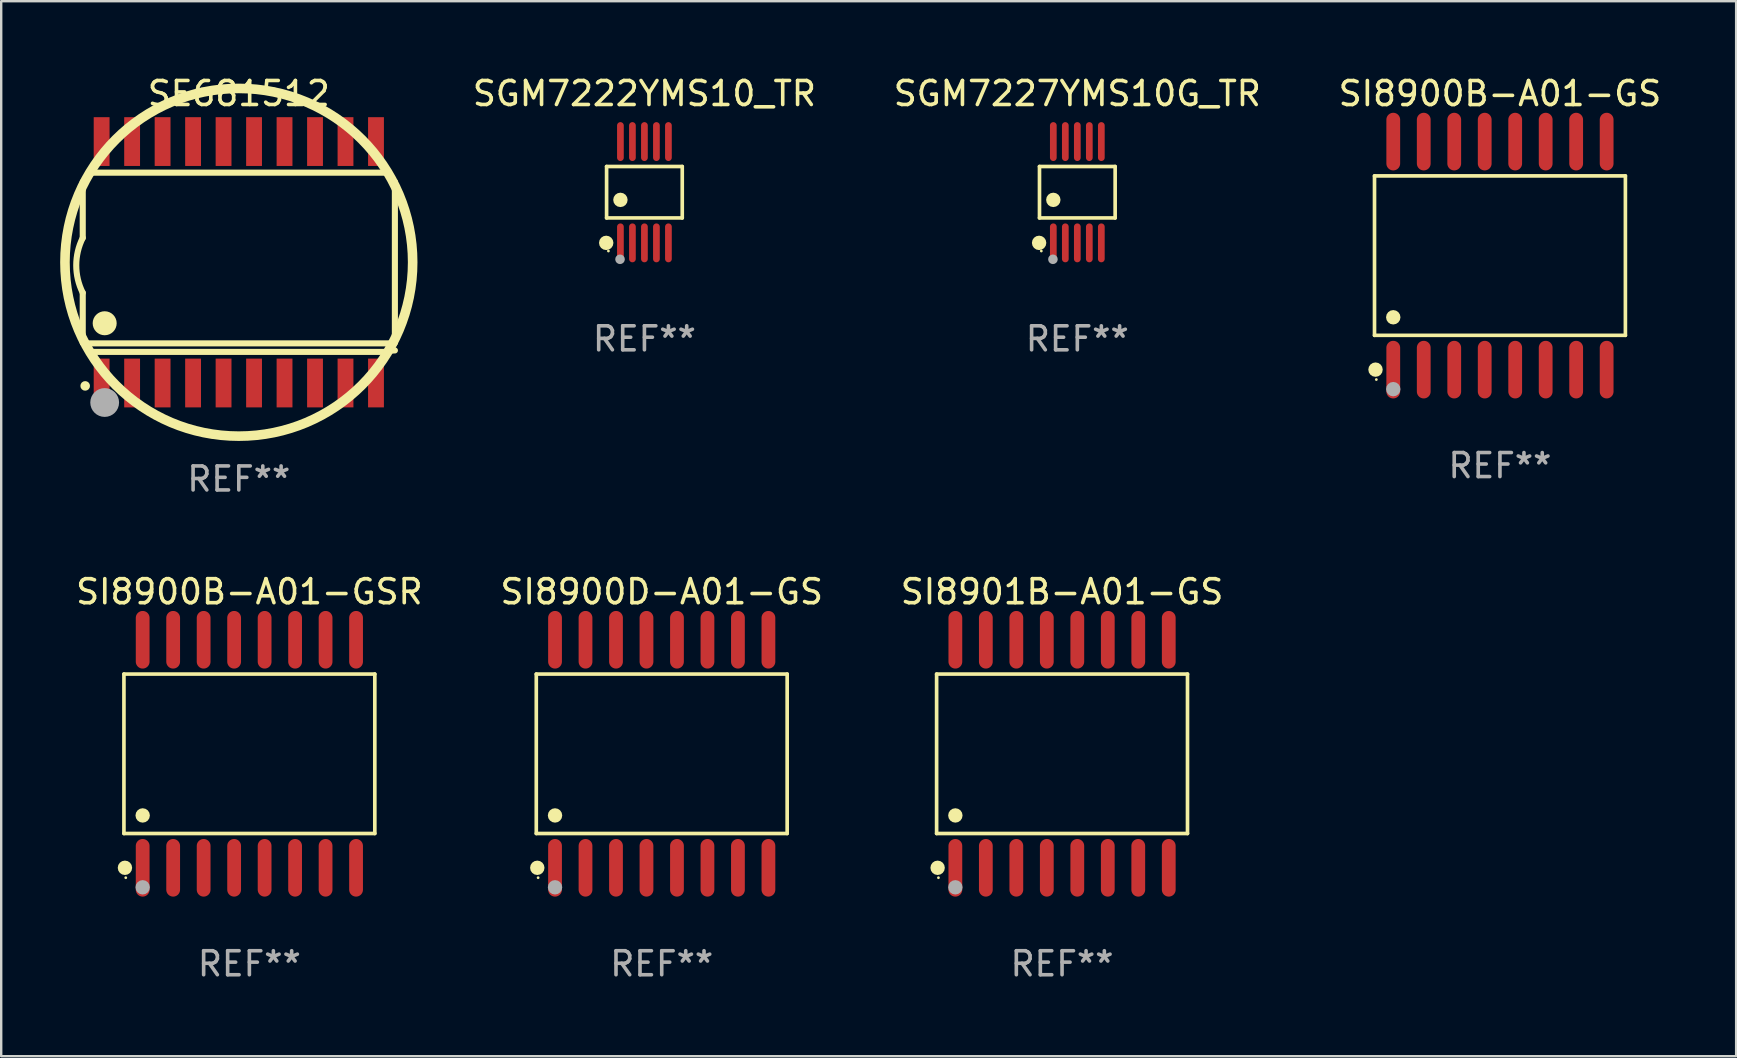
<source format=kicad_pcb>
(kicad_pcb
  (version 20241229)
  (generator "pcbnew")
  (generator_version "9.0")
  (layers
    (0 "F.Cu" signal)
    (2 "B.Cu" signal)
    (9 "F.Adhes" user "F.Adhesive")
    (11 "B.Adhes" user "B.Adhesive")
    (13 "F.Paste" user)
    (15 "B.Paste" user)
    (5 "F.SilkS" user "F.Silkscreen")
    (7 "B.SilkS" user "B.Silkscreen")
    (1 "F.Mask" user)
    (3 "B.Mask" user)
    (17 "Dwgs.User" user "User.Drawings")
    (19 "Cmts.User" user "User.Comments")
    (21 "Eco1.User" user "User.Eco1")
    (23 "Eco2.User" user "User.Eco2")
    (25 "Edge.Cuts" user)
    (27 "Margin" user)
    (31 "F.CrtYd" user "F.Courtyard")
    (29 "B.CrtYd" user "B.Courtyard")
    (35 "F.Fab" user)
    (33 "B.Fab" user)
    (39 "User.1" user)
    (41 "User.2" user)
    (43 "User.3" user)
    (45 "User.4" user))
  (footprint "SGM7227YMS10G_TR"
    (layer "F.Cu")
    (at 41.832 4.958)
    (property "Reference" "SGM7227YMS10G_TR" (at 0 -4.11 0) (layer "F.SilkS") (effects (font (size 1 1) (thickness 0.15))))
    (attr through_hole)
    (fp_line (start -1.576 -1.071) (end 1.576 -1.071) (stroke (width 0.152) (type solid)) (layer "F.SilkS"))
    (fp_line (start -1.576 1.071) (end -1.576 -1.071) (stroke (width 0.152) (type solid)) (layer "F.SilkS"))
    (fp_line (start 1.576 -1.071) (end 1.576 1.071) (stroke (width 0.152) (type solid)) (layer "F.SilkS"))
    (fp_line (start 1.576 1.071) (end -1.576 1.071) (stroke (width 0.152) (type solid)) (layer "F.SilkS"))
    (fp_circle (center -1.592 2.11) (end -1.442 2.11) (stroke (width 0.3) (type solid)) (fill no) (layer "F.SilkS"))
    (fp_circle (center -1.5 2.45) (end -1.47 2.45) (stroke (width 0.06) (type solid)) (fill no) (layer "F.SilkS"))
    (fp_circle (center -1 0.319) (end -0.85 0.319) (stroke (width 0.3) (type solid)) (fill no) (layer "F.SilkS"))
    (fp_circle (center -1.016 2.794) (end -0.916 2.794) (stroke (width 0.2) (type solid)) (fill no) (layer "F.Fab"))
    (fp_text user "REF**" (at 0 6.11 0) (layer "F.Fab") (effects (font (size 1 1) (thickness 0.15))))
    (pad "1" smd oval (at -1 2.11) (size 0.28 1.62) (layers "F.Cu" "F.Mask" "F.Paste"))
    (pad "2" smd oval (at -0.5 2.11) (size 0.28 1.62) (layers "F.Cu" "F.Mask" "F.Paste"))
    (pad "3" smd oval (at 0 2.11) (size 0.28 1.62) (layers "F.Cu" "F.Mask" "F.Paste"))
    (pad "4" smd oval (at 0.5 2.11) (size 0.28 1.62) (layers "F.Cu" "F.Mask" "F.Paste"))
    (pad "5" smd oval (at 1 2.11) (size 0.28 1.62) (layers "F.Cu" "F.Mask" "F.Paste"))
    (pad "6" smd oval (at 1 -2.11) (size 0.28 1.62) (layers "F.Cu" "F.Mask" "F.Paste"))
    (pad "7" smd oval (at 0.5 -2.11) (size 0.28 1.62) (layers "F.Cu" "F.Mask" "F.Paste"))
    (pad "8" smd oval (at 0 -2.11) (size 0.28 1.62) (layers "F.Cu" "F.Mask" "F.Paste"))
    (pad "9" smd oval (at -0.5 -2.11) (size 0.28 1.62) (layers "F.Cu" "F.Mask" "F.Paste"))
    (pad "10" smd oval (at -1 -2.11) (size 0.28 1.62) (layers "F.Cu" "F.Mask" "F.Paste")))
  (footprint "SI8900B-A01-GS"
    (layer "F.Cu")
    (at 59.439 7.599)
    (property "Reference" "SI8900B-A01-GS" (at 0 -6.75 0) (layer "F.SilkS") (effects (font (size 1 1) (thickness 0.15))))
    (attr through_hole)
    (fp_line (start -5.226 -3.321) (end 5.226 -3.321) (stroke (width 0.152) (type solid)) (layer "F.SilkS"))
    (fp_line (start -5.226 3.321) (end -5.226 -3.321) (stroke (width 0.152) (type solid)) (layer "F.SilkS"))
    (fp_line (start 5.226 -3.321) (end 5.226 3.321) (stroke (width 0.152) (type solid)) (layer "F.SilkS"))
    (fp_line (start 5.226 3.321) (end -5.226 3.321) (stroke (width 0.152) (type solid)) (layer "F.SilkS"))
    (fp_circle (center -5.184 4.75) (end -5.034 4.75) (stroke (width 0.3) (type solid)) (fill no) (layer "F.SilkS"))
    (fp_circle (center -5.15 5.163) (end -5.12 5.163) (stroke (width 0.06) (type solid)) (fill no) (layer "F.SilkS"))
    (fp_circle (center -4.445 2.569) (end -4.295 2.569) (stroke (width 0.3) (type solid)) (fill no) (layer "F.SilkS"))
    (fp_circle (center -4.445 5.563) (end -4.295 5.563) (stroke (width 0.3) (type solid)) (fill no) (layer "F.Fab"))
    (fp_text user "REF**" (at 0 8.75 0) (layer "F.Fab") (effects (font (size 1 1) (thickness 0.15))))
    (pad "1" smd oval (at -4.445 4.75) (size 0.574 2.401) (layers "F.Cu" "F.Mask" "F.Paste"))
    (pad "2" smd oval (at -3.175 4.75) (size 0.574 2.401) (layers "F.Cu" "F.Mask" "F.Paste"))
    (pad "3" smd oval (at -1.905 4.75) (size 0.574 2.401) (layers "F.Cu" "F.Mask" "F.Paste"))
    (pad "4" smd oval (at -0.635 4.75) (size 0.574 2.401) (layers "F.Cu" "F.Mask" "F.Paste"))
    (pad "5" smd oval (at 0.635 4.75) (size 0.574 2.401) (layers "F.Cu" "F.Mask" "F.Paste"))
    (pad "6" smd oval (at 1.905 4.75) (size 0.574 2.401) (layers "F.Cu" "F.Mask" "F.Paste"))
    (pad "7" smd oval (at 3.175 4.75) (size 0.574 2.401) (layers "F.Cu" "F.Mask" "F.Paste"))
    (pad "8" smd oval (at 4.445 4.75) (size 0.574 2.401) (layers "F.Cu" "F.Mask" "F.Paste"))
    (pad "9" smd oval (at 4.445 -4.75) (size 0.574 2.401) (layers "F.Cu" "F.Mask" "F.Paste"))
    (pad "10" smd oval (at 3.175 -4.75) (size 0.574 2.401) (layers "F.Cu" "F.Mask" "F.Paste"))
    (pad "11" smd oval (at 1.905 -4.75) (size 0.574 2.401) (layers "F.Cu" "F.Mask" "F.Paste"))
    (pad "12" smd oval (at 0.635 -4.75) (size 0.574 2.401) (layers "F.Cu" "F.Mask" "F.Paste"))
    (pad "13" smd oval (at -0.635 -4.75) (size 0.574 2.401) (layers "F.Cu" "F.Mask" "F.Paste"))
    (pad "14" smd oval (at -1.905 -4.75) (size 0.574 2.401) (layers "F.Cu" "F.Mask" "F.Paste"))
    (pad "15" smd oval (at -3.175 -4.75) (size 0.574 2.401) (layers "F.Cu" "F.Mask" "F.Paste"))
    (pad "16" smd oval (at -4.445 -4.75) (size 0.574 2.401) (layers "F.Cu" "F.Mask" "F.Paste")))
  (footprint "SI8900B-A01-GSR"
    (layer "F.Cu")
    (at 7.339 28.353)
    (property "Reference" "SI8900B-A01-GSR" (at 0 -6.75 0) (layer "F.SilkS") (effects (font (size 1 1) (thickness 0.15))))
    (attr through_hole)
    (fp_line (start -5.226 -3.321) (end 5.226 -3.321) (stroke (width 0.152) (type solid)) (layer "F.SilkS"))
    (fp_line (start -5.226 3.321) (end -5.226 -3.321) (stroke (width 0.152) (type solid)) (layer "F.SilkS"))
    (fp_line (start 5.226 -3.321) (end 5.226 3.321) (stroke (width 0.152) (type solid)) (layer "F.SilkS"))
    (fp_line (start 5.226 3.321) (end -5.226 3.321) (stroke (width 0.152) (type solid)) (layer "F.SilkS"))
    (fp_circle (center -5.184 4.75) (end -5.034 4.75) (stroke (width 0.3) (type solid)) (fill no) (layer "F.SilkS"))
    (fp_circle (center -5.15 5.163) (end -5.12 5.163) (stroke (width 0.06) (type solid)) (fill no) (layer "F.SilkS"))
    (fp_circle (center -4.445 2.569) (end -4.295 2.569) (stroke (width 0.3) (type solid)) (fill no) (layer "F.SilkS"))
    (fp_circle (center -4.445 5.563) (end -4.295 5.563) (stroke (width 0.3) (type solid)) (fill no) (layer "F.Fab"))
    (fp_text user "REF**" (at 0 8.75 0) (layer "F.Fab") (effects (font (size 1 1) (thickness 0.15))))
    (pad "1" smd oval (at -4.445 4.75) (size 0.574 2.401) (layers "F.Cu" "F.Mask" "F.Paste"))
    (pad "2" smd oval (at -3.175 4.75) (size 0.574 2.401) (layers "F.Cu" "F.Mask" "F.Paste"))
    (pad "3" smd oval (at -1.905 4.75) (size 0.574 2.401) (layers "F.Cu" "F.Mask" "F.Paste"))
    (pad "4" smd oval (at -0.635 4.75) (size 0.574 2.401) (layers "F.Cu" "F.Mask" "F.Paste"))
    (pad "5" smd oval (at 0.635 4.75) (size 0.574 2.401) (layers "F.Cu" "F.Mask" "F.Paste"))
    (pad "6" smd oval (at 1.905 4.75) (size 0.574 2.401) (layers "F.Cu" "F.Mask" "F.Paste"))
    (pad "7" smd oval (at 3.175 4.75) (size 0.574 2.401) (layers "F.Cu" "F.Mask" "F.Paste"))
    (pad "8" smd oval (at 4.445 4.75) (size 0.574 2.401) (layers "F.Cu" "F.Mask" "F.Paste"))
    (pad "9" smd oval (at 4.445 -4.75) (size 0.574 2.401) (layers "F.Cu" "F.Mask" "F.Paste"))
    (pad "10" smd oval (at 3.175 -4.75) (size 0.574 2.401) (layers "F.Cu" "F.Mask" "F.Paste"))
    (pad "11" smd oval (at 1.905 -4.75) (size 0.574 2.401) (layers "F.Cu" "F.Mask" "F.Paste"))
    (pad "12" smd oval (at 0.635 -4.75) (size 0.574 2.401) (layers "F.Cu" "F.Mask" "F.Paste"))
    (pad "13" smd oval (at -0.635 -4.75) (size 0.574 2.401) (layers "F.Cu" "F.Mask" "F.Paste"))
    (pad "14" smd oval (at -1.905 -4.75) (size 0.574 2.401) (layers "F.Cu" "F.Mask" "F.Paste"))
    (pad "15" smd oval (at -3.175 -4.75) (size 0.574 2.401) (layers "F.Cu" "F.Mask" "F.Paste"))
    (pad "16" smd oval (at -4.445 -4.75) (size 0.574 2.401) (layers "F.Cu" "F.Mask" "F.Paste")))
  (footprint "SGM7222YMS10_TR"
    (layer "F.Cu")
    (at 23.797 4.958)
    (property "Reference" "SGM7222YMS10_TR" (at 0 -4.11 0) (layer "F.SilkS") (effects (font (size 1 1) (thickness 0.15))))
    (attr through_hole)
    (fp_line (start -1.576 -1.071) (end 1.576 -1.071) (stroke (width 0.152) (type solid)) (layer "F.SilkS"))
    (fp_line (start -1.576 1.071) (end -1.576 -1.071) (stroke (width 0.152) (type solid)) (layer "F.SilkS"))
    (fp_line (start 1.576 -1.071) (end 1.576 1.071) (stroke (width 0.152) (type solid)) (layer "F.SilkS"))
    (fp_line (start 1.576 1.071) (end -1.576 1.071) (stroke (width 0.152) (type solid)) (layer "F.SilkS"))
    (fp_circle (center -1.592 2.11) (end -1.442 2.11) (stroke (width 0.3) (type solid)) (fill no) (layer "F.SilkS"))
    (fp_circle (center -1.5 2.45) (end -1.47 2.45) (stroke (width 0.06) (type solid)) (fill no) (layer "F.SilkS"))
    (fp_circle (center -1 0.319) (end -0.85 0.319) (stroke (width 0.3) (type solid)) (fill no) (layer "F.SilkS"))
    (fp_circle (center -1.016 2.794) (end -0.916 2.794) (stroke (width 0.2) (type solid)) (fill no) (layer "F.Fab"))
    (fp_text user "REF**" (at 0 6.11 0) (layer "F.Fab") (effects (font (size 1 1) (thickness 0.15))))
    (pad "1" smd oval (at -1 2.11) (size 0.28 1.62) (layers "F.Cu" "F.Mask" "F.Paste"))
    (pad "2" smd oval (at -0.5 2.11) (size 0.28 1.62) (layers "F.Cu" "F.Mask" "F.Paste"))
    (pad "3" smd oval (at 0 2.11) (size 0.28 1.62) (layers "F.Cu" "F.Mask" "F.Paste"))
    (pad "4" smd oval (at 0.5 2.11) (size 0.28 1.62) (layers "F.Cu" "F.Mask" "F.Paste"))
    (pad "5" smd oval (at 1 2.11) (size 0.28 1.62) (layers "F.Cu" "F.Mask" "F.Paste"))
    (pad "6" smd oval (at 1 -2.11) (size 0.28 1.62) (layers "F.Cu" "F.Mask" "F.Paste"))
    (pad "7" smd oval (at 0.5 -2.11) (size 0.28 1.62) (layers "F.Cu" "F.Mask" "F.Paste"))
    (pad "8" smd oval (at 0 -2.11) (size 0.28 1.62) (layers "F.Cu" "F.Mask" "F.Paste"))
    (pad "9" smd oval (at -0.5 -2.11) (size 0.28 1.62) (layers "F.Cu" "F.Mask" "F.Paste"))
    (pad "10" smd oval (at -1 -2.11) (size 0.28 1.62) (layers "F.Cu" "F.Mask" "F.Paste")))
  (footprint "SE681512"
    (layer "F.Cu")
    (at 6.899 7.877)
    (property "Reference" "SE681512" (at 0 -7.029 0) (layer "F.SilkS") (effects (font (size 1 1) (thickness 0.15))))
    (attr through_hole)
    (fp_line (start -6.502 -3.353) (end -6.502 -1.016) (stroke (width 0.254) (type solid)) (layer "F.SilkS"))
    (fp_line (start -6.502 3.353) (end -6.502 1.27) (stroke (width 0.254) (type solid)) (layer "F.SilkS"))
    (fp_line (start -6.477 3.378) (end 6.477 3.378) (stroke (width 0.254) (type solid)) (layer "F.SilkS"))
    (fp_line (start -6.121 3.734) (end 6.121 3.734) (stroke (width 0.254) (type solid)) (layer "F.SilkS"))
    (fp_line (start 6.121 -3.734) (end -6.121 -3.734) (stroke (width 0.254) (type solid)) (layer "F.SilkS"))
    (fp_line (start 6.502 3.353) (end 6.502 -3.353) (stroke (width 0.254) (type solid)) (layer "F.SilkS"))
    (fp_arc (start -6.502413 1.270003) (mid -6.77224 0.127) (end -6.502413 -1.016002) (stroke (width 0.254001) (type solid)) (layer "F.SilkS"))
    (fp_arc (start -6.502411 3.35281) (mid 6.502389 -3.352788) (end -6.502411 3.35281) (stroke (width 0.254001) (type solid)) (layer "F.SilkS"))
    (fp_arc (start 6.121389 -3.73379) (mid -6.121367 3.733768) (end 6.121389 -3.73379) (stroke (width 0.254001) (type solid)) (layer "F.SilkS"))
    (fp_arc (start 6.121389 3.73381) (mid 6.309409 3.687656) (end 6.502389 3.672138) (stroke (width 0.254001) (type solid)) (layer "F.SilkS"))
    (fp_circle (center -6.4 5.15) (end -6.3 5.15) (stroke (width 0.2) (type solid)) (fill no) (layer "F.SilkS"))
    (fp_circle (center -5.588 2.54) (end -5.338 2.54) (stroke (width 0.5) (type solid)) (fill no) (layer "F.SilkS"))
    (fp_circle (center -5.588 5.842) (end -5.288 5.842) (stroke (width 0.6) (type solid)) (fill no) (layer "F.Fab"))
    (fp_text user "REF**" (at 0 9.029 0) (layer "F.Fab") (effects (font (size 1 1) (thickness 0.15))))
    (pad "1" smd rect (at -5.715 5.029) (size 0.66 2.032) (layers "F.Cu" "F.Mask" "F.Paste"))
    (pad "2" smd rect (at -4.445 5.029) (size 0.66 2.032) (layers "F.Cu" "F.Mask" "F.Paste"))
    (pad "3" smd rect (at -3.175 5.029) (size 0.66 2.032) (layers "F.Cu" "F.Mask" "F.Paste"))
    (pad "4" smd rect (at -1.905 5.029) (size 0.66 2.032) (layers "F.Cu" "F.Mask" "F.Paste"))
    (pad "5" smd rect (at -0.635 5.029) (size 0.66 2.032) (layers "F.Cu" "F.Mask" "F.Paste"))
    (pad "6" smd rect (at 0.635 5.029) (size 0.66 2.032) (layers "F.Cu" "F.Mask" "F.Paste"))
    (pad "7" smd rect (at 1.905 5.029) (size 0.66 2.032) (layers "F.Cu" "F.Mask" "F.Paste"))
    (pad "8" smd rect (at 3.175 5.029) (size 0.66 2.032) (layers "F.Cu" "F.Mask" "F.Paste"))
    (pad "9" smd rect (at 4.445 5.029) (size 0.66 2.032) (layers "F.Cu" "F.Mask" "F.Paste"))
    (pad "10" smd rect (at 5.715 5.029) (size 0.66 2.032) (layers "F.Cu" "F.Mask" "F.Paste"))
    (pad "11" smd rect (at 5.715 -5.029) (size 0.66 2.032) (layers "F.Cu" "F.Mask" "F.Paste"))
    (pad "12" smd rect (at 4.445 -5.029) (size 0.66 2.032) (layers "F.Cu" "F.Mask" "F.Paste"))
    (pad "13" smd rect (at 3.175 -5.029) (size 0.66 2.032) (layers "F.Cu" "F.Mask" "F.Paste"))
    (pad "14" smd rect (at 1.905 -5.029) (size 0.66 2.032) (layers "F.Cu" "F.Mask" "F.Paste"))
    (pad "15" smd rect (at 0.635 -5.029) (size 0.66 2.032) (layers "F.Cu" "F.Mask" "F.Paste"))
    (pad "16" smd rect (at -0.635 -5.029) (size 0.66 2.032) (layers "F.Cu" "F.Mask" "F.Paste"))
    (pad "17" smd rect (at -1.905 -5.029) (size 0.66 2.032) (layers "F.Cu" "F.Mask" "F.Paste"))
    (pad "18" smd rect (at -3.175 -5.029) (size 0.66 2.032) (layers "F.Cu" "F.Mask" "F.Paste"))
    (pad "19" smd rect (at -4.445 -5.029) (size 0.66 2.032) (layers "F.Cu" "F.Mask" "F.Paste"))
    (pad "20" smd rect (at -5.715 -5.029) (size 0.66 2.032) (layers "F.Cu" "F.Mask" "F.Paste")))
  (footprint "SI8900D-A01-GS"
    (layer "F.Cu")
    (at 24.518 28.353)
    (property "Reference" "SI8900D-A01-GS" (at 0 -6.75 0) (layer "F.SilkS") (effects (font (size 1 1) (thickness 0.15))))
    (attr through_hole)
    (fp_line (start -5.226 -3.321) (end 5.226 -3.321) (stroke (width 0.152) (type solid)) (layer "F.SilkS"))
    (fp_line (start -5.226 3.321) (end -5.226 -3.321) (stroke (width 0.152) (type solid)) (layer "F.SilkS"))
    (fp_line (start 5.226 -3.321) (end 5.226 3.321) (stroke (width 0.152) (type solid)) (layer "F.SilkS"))
    (fp_line (start 5.226 3.321) (end -5.226 3.321) (stroke (width 0.152) (type solid)) (layer "F.SilkS"))
    (fp_circle (center -5.184 4.75) (end -5.034 4.75) (stroke (width 0.3) (type solid)) (fill no) (layer "F.SilkS"))
    (fp_circle (center -5.15 5.163) (end -5.12 5.163) (stroke (width 0.06) (type solid)) (fill no) (layer "F.SilkS"))
    (fp_circle (center -4.445 2.569) (end -4.295 2.569) (stroke (width 0.3) (type solid)) (fill no) (layer "F.SilkS"))
    (fp_circle (center -4.445 5.563) (end -4.295 5.563) (stroke (width 0.3) (type solid)) (fill no) (layer "F.Fab"))
    (fp_text user "REF**" (at 0 8.75 0) (layer "F.Fab") (effects (font (size 1 1) (thickness 0.15))))
    (pad "1" smd oval (at -4.445 4.75) (size 0.574 2.401) (layers "F.Cu" "F.Mask" "F.Paste"))
    (pad "2" smd oval (at -3.175 4.75) (size 0.574 2.401) (layers "F.Cu" "F.Mask" "F.Paste"))
    (pad "3" smd oval (at -1.905 4.75) (size 0.574 2.401) (layers "F.Cu" "F.Mask" "F.Paste"))
    (pad "4" smd oval (at -0.635 4.75) (size 0.574 2.401) (layers "F.Cu" "F.Mask" "F.Paste"))
    (pad "5" smd oval (at 0.635 4.75) (size 0.574 2.401) (layers "F.Cu" "F.Mask" "F.Paste"))
    (pad "6" smd oval (at 1.905 4.75) (size 0.574 2.401) (layers "F.Cu" "F.Mask" "F.Paste"))
    (pad "7" smd oval (at 3.175 4.75) (size 0.574 2.401) (layers "F.Cu" "F.Mask" "F.Paste"))
    (pad "8" smd oval (at 4.445 4.75) (size 0.574 2.401) (layers "F.Cu" "F.Mask" "F.Paste"))
    (pad "9" smd oval (at 4.445 -4.75) (size 0.574 2.401) (layers "F.Cu" "F.Mask" "F.Paste"))
    (pad "10" smd oval (at 3.175 -4.75) (size 0.574 2.401) (layers "F.Cu" "F.Mask" "F.Paste"))
    (pad "11" smd oval (at 1.905 -4.75) (size 0.574 2.401) (layers "F.Cu" "F.Mask" "F.Paste"))
    (pad "12" smd oval (at 0.635 -4.75) (size 0.574 2.401) (layers "F.Cu" "F.Mask" "F.Paste"))
    (pad "13" smd oval (at -0.635 -4.75) (size 0.574 2.401) (layers "F.Cu" "F.Mask" "F.Paste"))
    (pad "14" smd oval (at -1.905 -4.75) (size 0.574 2.401) (layers "F.Cu" "F.Mask" "F.Paste"))
    (pad "15" smd oval (at -3.175 -4.75) (size 0.574 2.401) (layers "F.Cu" "F.Mask" "F.Paste"))
    (pad "16" smd oval (at -4.445 -4.75) (size 0.574 2.401) (layers "F.Cu" "F.Mask" "F.Paste")))
  (footprint "SI8901B-A01-GS"
    (layer "F.Cu")
    (at 41.196 28.353)
    (property "Reference" "SI8901B-A01-GS" (at 0 -6.75 0) (layer "F.SilkS") (effects (font (size 1 1) (thickness 0.15))))
    (attr through_hole)
    (fp_line (start -5.226 -3.321) (end 5.226 -3.321) (stroke (width 0.152) (type solid)) (layer "F.SilkS"))
    (fp_line (start -5.226 3.321) (end -5.226 -3.321) (stroke (width 0.152) (type solid)) (layer "F.SilkS"))
    (fp_line (start 5.226 -3.321) (end 5.226 3.321) (stroke (width 0.152) (type solid)) (layer "F.SilkS"))
    (fp_line (start 5.226 3.321) (end -5.226 3.321) (stroke (width 0.152) (type solid)) (layer "F.SilkS"))
    (fp_circle (center -5.184 4.75) (end -5.034 4.75) (stroke (width 0.3) (type solid)) (fill no) (layer "F.SilkS"))
    (fp_circle (center -5.15 5.163) (end -5.12 5.163) (stroke (width 0.06) (type solid)) (fill no) (layer "F.SilkS"))
    (fp_circle (center -4.445 2.569) (end -4.295 2.569) (stroke (width 0.3) (type solid)) (fill no) (layer "F.SilkS"))
    (fp_circle (center -4.445 5.563) (end -4.295 5.563) (stroke (width 0.3) (type solid)) (fill no) (layer "F.Fab"))
    (fp_text user "REF**" (at 0 8.75 0) (layer "F.Fab") (effects (font (size 1 1) (thickness 0.15))))
    (pad "1" smd oval (at -4.445 4.75) (size 0.574 2.401) (layers "F.Cu" "F.Mask" "F.Paste"))
    (pad "2" smd oval (at -3.175 4.75) (size 0.574 2.401) (layers "F.Cu" "F.Mask" "F.Paste"))
    (pad "3" smd oval (at -1.905 4.75) (size 0.574 2.401) (layers "F.Cu" "F.Mask" "F.Paste"))
    (pad "4" smd oval (at -0.635 4.75) (size 0.574 2.401) (layers "F.Cu" "F.Mask" "F.Paste"))
    (pad "5" smd oval (at 0.635 4.75) (size 0.574 2.401) (layers "F.Cu" "F.Mask" "F.Paste"))
    (pad "6" smd oval (at 1.905 4.75) (size 0.574 2.401) (layers "F.Cu" "F.Mask" "F.Paste"))
    (pad "7" smd oval (at 3.175 4.75) (size 0.574 2.401) (layers "F.Cu" "F.Mask" "F.Paste"))
    (pad "8" smd oval (at 4.445 4.75) (size 0.574 2.401) (layers "F.Cu" "F.Mask" "F.Paste"))
    (pad "9" smd oval (at 4.445 -4.75) (size 0.574 2.401) (layers "F.Cu" "F.Mask" "F.Paste"))
    (pad "10" smd oval (at 3.175 -4.75) (size 0.574 2.401) (layers "F.Cu" "F.Mask" "F.Paste"))
    (pad "11" smd oval (at 1.905 -4.75) (size 0.574 2.401) (layers "F.Cu" "F.Mask" "F.Paste"))
    (pad "12" smd oval (at 0.635 -4.75) (size 0.574 2.401) (layers "F.Cu" "F.Mask" "F.Paste"))
    (pad "13" smd oval (at -0.635 -4.75) (size 0.574 2.401) (layers "F.Cu" "F.Mask" "F.Paste"))
    (pad "14" smd oval (at -1.905 -4.75) (size 0.574 2.401) (layers "F.Cu" "F.Mask" "F.Paste"))
    (pad "15" smd oval (at -3.175 -4.75) (size 0.574 2.401) (layers "F.Cu" "F.Mask" "F.Paste"))
    (pad "16" smd oval (at -4.445 -4.75) (size 0.574 2.401) (layers "F.Cu" "F.Mask" "F.Paste")))
  (gr_rect
    (start -3 -3)
    (end 69.279 40.952)
    (stroke (width 0.1) (type default))
    (fill no)
    (layer "Edge.Cuts")))
</source>
